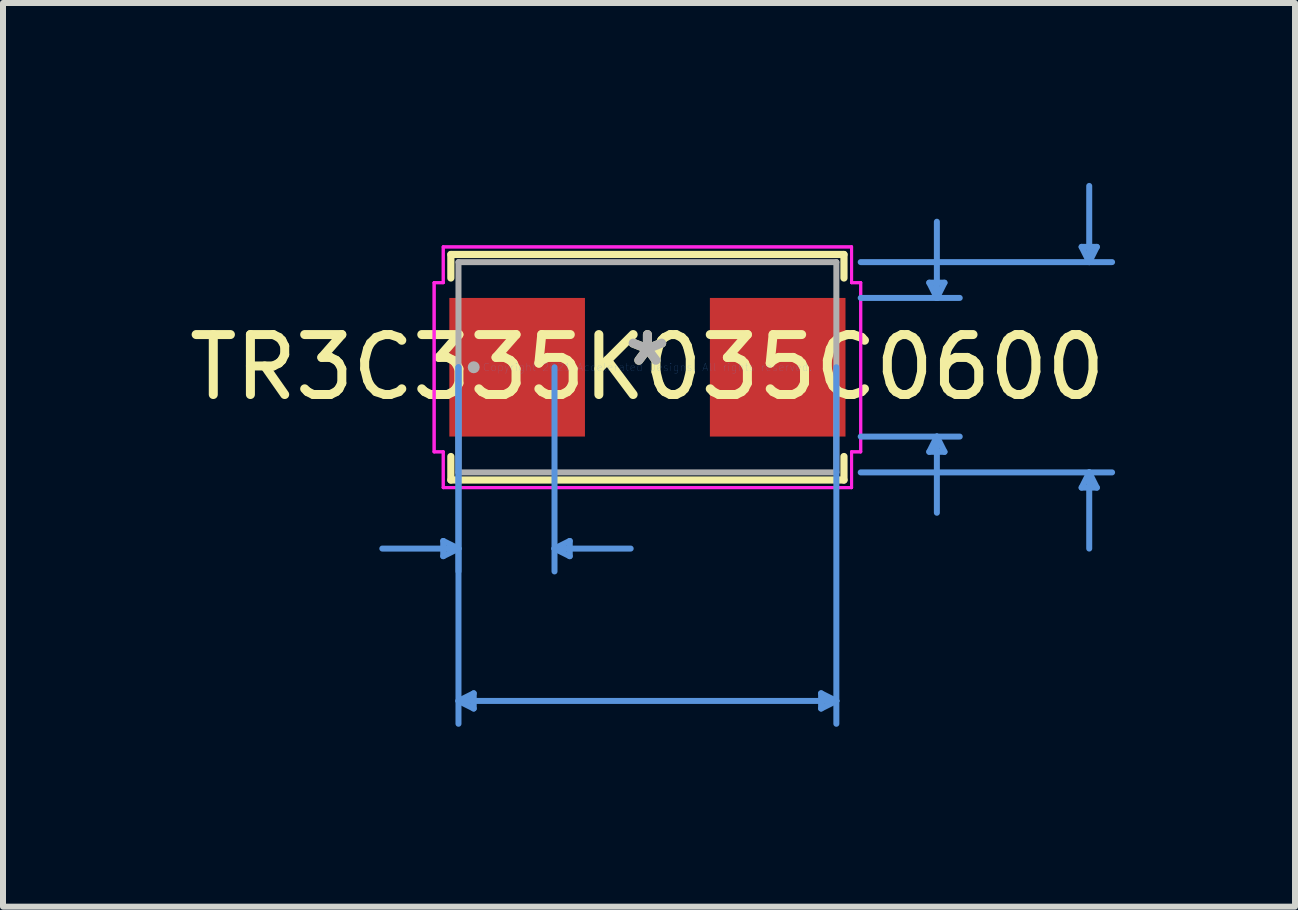
<source format=kicad_pcb>
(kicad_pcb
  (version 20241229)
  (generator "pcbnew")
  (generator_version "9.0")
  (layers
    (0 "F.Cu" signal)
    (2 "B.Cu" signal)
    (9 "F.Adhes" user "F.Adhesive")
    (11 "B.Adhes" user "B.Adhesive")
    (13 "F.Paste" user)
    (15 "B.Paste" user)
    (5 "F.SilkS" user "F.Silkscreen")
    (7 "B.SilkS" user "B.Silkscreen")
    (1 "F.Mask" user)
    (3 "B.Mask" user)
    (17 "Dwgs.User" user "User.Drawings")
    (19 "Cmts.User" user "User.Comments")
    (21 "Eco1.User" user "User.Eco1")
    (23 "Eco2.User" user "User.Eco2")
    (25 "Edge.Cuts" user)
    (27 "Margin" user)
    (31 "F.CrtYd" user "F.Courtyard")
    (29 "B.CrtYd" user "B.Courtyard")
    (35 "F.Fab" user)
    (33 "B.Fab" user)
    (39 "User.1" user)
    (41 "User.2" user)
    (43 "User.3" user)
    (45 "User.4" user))
  (footprint "TR3C335K035C0600"
    (layer "F.Cu")
    (at 7.744 3.073)
    (property "Reference" "TR3C335K035C0600" (at 0 0 0) (layer "F.SilkS") (effects (font (size 1 1) (thickness 0.15))))
    (attr through_hole)
    (fp_line (start -3.277 -1.88) (end -3.277 -1.488) (stroke (width 0.12) (type solid)) (layer "F.SilkS"))
    (fp_line (start -3.277 1.488) (end -3.277 1.88) (stroke (width 0.12) (type solid)) (layer "F.SilkS"))
    (fp_line (start -3.277 1.88) (end 3.277 1.88) (stroke (width 0.12) (type solid)) (layer "F.SilkS"))
    (fp_line (start 3.277 -1.88) (end -3.277 -1.88) (stroke (width 0.12) (type solid)) (layer "F.SilkS"))
    (fp_line (start 3.277 -1.488) (end 3.277 -1.88) (stroke (width 0.12) (type solid)) (layer "F.SilkS"))
    (fp_line (start 3.277 1.88) (end 3.277 1.488) (stroke (width 0.12) (type solid)) (layer "F.SilkS"))
    (fp_line (start -3.404 2.896) (end -3.404 3.15) (stroke (width 0.1) (type solid)) (layer "Cmts.User"))
    (fp_line (start -3.15 0) (end -3.15 3.404) (stroke (width 0.1) (type solid)) (layer "Cmts.User"))
    (fp_line (start -3.15 0) (end -3.15 5.944) (stroke (width 0.1) (type solid)) (layer "Cmts.User"))
    (fp_line (start -3.15 3.023) (end -4.42 3.023) (stroke (width 0.1) (type solid)) (layer "Cmts.User"))
    (fp_line (start -3.15 3.023) (end -3.404 2.896) (stroke (width 0.1) (type solid)) (layer "Cmts.User"))
    (fp_line (start -3.15 3.023) (end -3.404 3.15) (stroke (width 0.1) (type solid)) (layer "Cmts.User"))
    (fp_line (start -3.15 5.563) (end -2.896 5.436) (stroke (width 0.1) (type solid)) (layer "Cmts.User"))
    (fp_line (start -3.15 5.563) (end -2.896 5.69) (stroke (width 0.1) (type solid)) (layer "Cmts.User"))
    (fp_line (start -3.15 5.563) (end 3.15 5.563) (stroke (width 0.1) (type solid)) (layer "Cmts.User"))
    (fp_line (start -2.896 5.436) (end -2.896 5.69) (stroke (width 0.1) (type solid)) (layer "Cmts.User"))
    (fp_line (start -1.549 0) (end -1.549 3.404) (stroke (width 0.1) (type solid)) (layer "Cmts.User"))
    (fp_line (start -1.549 3.023) (end -1.295 2.896) (stroke (width 0.1) (type solid)) (layer "Cmts.User"))
    (fp_line (start -1.549 3.023) (end -1.295 3.15) (stroke (width 0.1) (type solid)) (layer "Cmts.User"))
    (fp_line (start -1.549 3.023) (end -0.279 3.023) (stroke (width 0.1) (type solid)) (layer "Cmts.User"))
    (fp_line (start -1.295 2.896) (end -1.295 3.15) (stroke (width 0.1) (type solid)) (layer "Cmts.User"))
    (fp_line (start 2.896 5.436) (end 2.896 5.69) (stroke (width 0.1) (type solid)) (layer "Cmts.User"))
    (fp_line (start 3.15 0) (end 3.15 5.944) (stroke (width 0.1) (type solid)) (layer "Cmts.User"))
    (fp_line (start 3.15 5.563) (end 2.896 5.436) (stroke (width 0.1) (type solid)) (layer "Cmts.User"))
    (fp_line (start 3.15 5.563) (end 2.896 5.69) (stroke (width 0.1) (type solid)) (layer "Cmts.User"))
    (fp_line (start 3.556 -1.753) (end 7.747 -1.753) (stroke (width 0.1) (type solid)) (layer "Cmts.User"))
    (fp_line (start 3.556 -1.156) (end 5.207 -1.156) (stroke (width 0.1) (type solid)) (layer "Cmts.User"))
    (fp_line (start 3.556 1.156) (end 5.207 1.156) (stroke (width 0.1) (type solid)) (layer "Cmts.User"))
    (fp_line (start 3.556 1.753) (end 7.747 1.753) (stroke (width 0.1) (type solid)) (layer "Cmts.User"))
    (fp_line (start 4.699 -1.41) (end 4.953 -1.41) (stroke (width 0.1) (type solid)) (layer "Cmts.User"))
    (fp_line (start 4.699 1.41) (end 4.953 1.41) (stroke (width 0.1) (type solid)) (layer "Cmts.User"))
    (fp_line (start 4.826 -1.156) (end 4.699 -1.41) (stroke (width 0.1) (type solid)) (layer "Cmts.User"))
    (fp_line (start 4.826 -1.156) (end 4.826 -2.426) (stroke (width 0.1) (type solid)) (layer "Cmts.User"))
    (fp_line (start 4.826 -1.156) (end 4.953 -1.41) (stroke (width 0.1) (type solid)) (layer "Cmts.User"))
    (fp_line (start 4.826 1.156) (end 4.699 1.41) (stroke (width 0.1) (type solid)) (layer "Cmts.User"))
    (fp_line (start 4.826 1.156) (end 4.826 2.426) (stroke (width 0.1) (type solid)) (layer "Cmts.User"))
    (fp_line (start 4.826 1.156) (end 4.953 1.41) (stroke (width 0.1) (type solid)) (layer "Cmts.User"))
    (fp_line (start 7.239 -2.007) (end 7.493 -2.007) (stroke (width 0.1) (type solid)) (layer "Cmts.User"))
    (fp_line (start 7.239 2.007) (end 7.493 2.007) (stroke (width 0.1) (type solid)) (layer "Cmts.User"))
    (fp_line (start 7.366 -1.753) (end 7.239 -2.007) (stroke (width 0.1) (type solid)) (layer "Cmts.User"))
    (fp_line (start 7.366 -1.753) (end 7.366 -3.023) (stroke (width 0.1) (type solid)) (layer "Cmts.User"))
    (fp_line (start 7.366 -1.753) (end 7.493 -2.007) (stroke (width 0.1) (type solid)) (layer "Cmts.User"))
    (fp_line (start 7.366 1.753) (end 7.239 2.007) (stroke (width 0.1) (type solid)) (layer "Cmts.User"))
    (fp_line (start 7.366 1.753) (end 7.366 3.023) (stroke (width 0.1) (type solid)) (layer "Cmts.User"))
    (fp_line (start 7.366 1.753) (end 7.493 2.007) (stroke (width 0.1) (type solid)) (layer "Cmts.User"))
    (fp_line (start -3.556 -1.41) (end -3.404 -1.41) (stroke (width 0.05) (type solid)) (layer "F.CrtYd"))
    (fp_line (start -3.556 -1.41) (end -3.404 -1.41) (stroke (width 0.05) (type solid)) (layer "F.CrtYd"))
    (fp_line (start -3.556 1.41) (end -3.556 -1.41) (stroke (width 0.05) (type solid)) (layer "F.CrtYd"))
    (fp_line (start -3.556 1.41) (end -3.556 -1.41) (stroke (width 0.05) (type solid)) (layer "F.CrtYd"))
    (fp_line (start -3.404 -2.007) (end 3.404 -2.007) (stroke (width 0.05) (type solid)) (layer "F.CrtYd"))
    (fp_line (start -3.404 -2.007) (end 3.404 -2.007) (stroke (width 0.05) (type solid)) (layer "F.CrtYd"))
    (fp_line (start -3.404 -1.41) (end -3.404 -2.007) (stroke (width 0.05) (type solid)) (layer "F.CrtYd"))
    (fp_line (start -3.404 -1.41) (end -3.404 -2.007) (stroke (width 0.05) (type solid)) (layer "F.CrtYd"))
    (fp_line (start -3.404 1.41) (end -3.556 1.41) (stroke (width 0.05) (type solid)) (layer "F.CrtYd"))
    (fp_line (start -3.404 1.41) (end -3.556 1.41) (stroke (width 0.05) (type solid)) (layer "F.CrtYd"))
    (fp_line (start -3.404 2.007) (end -3.404 1.41) (stroke (width 0.05) (type solid)) (layer "F.CrtYd"))
    (fp_line (start -3.404 2.007) (end -3.404 1.41) (stroke (width 0.05) (type solid)) (layer "F.CrtYd"))
    (fp_line (start 3.404 -2.007) (end 3.404 -1.41) (stroke (width 0.05) (type solid)) (layer "F.CrtYd"))
    (fp_line (start 3.404 -2.007) (end 3.404 -1.41) (stroke (width 0.05) (type solid)) (layer "F.CrtYd"))
    (fp_line (start 3.404 -1.41) (end 3.556 -1.41) (stroke (width 0.05) (type solid)) (layer "F.CrtYd"))
    (fp_line (start 3.404 -1.41) (end 3.556 -1.41) (stroke (width 0.05) (type solid)) (layer "F.CrtYd"))
    (fp_line (start 3.404 1.41) (end 3.404 2.007) (stroke (width 0.05) (type solid)) (layer "F.CrtYd"))
    (fp_line (start 3.404 1.41) (end 3.404 2.007) (stroke (width 0.05) (type solid)) (layer "F.CrtYd"))
    (fp_line (start 3.404 2.007) (end -3.404 2.007) (stroke (width 0.05) (type solid)) (layer "F.CrtYd"))
    (fp_line (start 3.404 2.007) (end -3.404 2.007) (stroke (width 0.05) (type solid)) (layer "F.CrtYd"))
    (fp_line (start 3.556 -1.41) (end 3.556 1.41) (stroke (width 0.05) (type solid)) (layer "F.CrtYd"))
    (fp_line (start 3.556 -1.41) (end 3.556 1.41) (stroke (width 0.05) (type solid)) (layer "F.CrtYd"))
    (fp_line (start 3.556 1.41) (end 3.404 1.41) (stroke (width 0.05) (type solid)) (layer "F.CrtYd"))
    (fp_line (start 3.556 1.41) (end 3.404 1.41) (stroke (width 0.05) (type solid)) (layer "F.CrtYd"))
    (fp_line (start -3.15 -1.753) (end -3.15 1.753) (stroke (width 0.1) (type solid)) (layer "F.Fab"))
    (fp_line (start -3.15 1.753) (end 3.15 1.753) (stroke (width 0.1) (type solid)) (layer "F.Fab"))
    (fp_line (start 3.15 -1.753) (end -3.15 -1.753) (stroke (width 0.1) (type solid)) (layer "F.Fab"))
    (fp_line (start 3.15 1.753) (end 3.15 -1.753) (stroke (width 0.1) (type solid)) (layer "F.Fab"))
    (fp_circle (center -2.896 0) (end -2.896 0) (stroke (width 0.1) (type solid)) (fill no) (layer "F.Fab"))
    (fp_text user "*" (at 0 0 0) (layer "F.SilkS") (effects (font (size 1 1) (thickness 0.15))))
    (fp_text user "Copyright 2021 Accelerated Designs. All rights reserved." (at 0 0 0) (layer "Cmts.User") (effects (font (size 0.127 0.127) (thickness 0.002))))
    (fp_text user "*" (at 0 0 0) (layer "F.Fab") (effects (font (size 1 1) (thickness 0.15))))
    (pad "1" smd rect (at -2.172 0 90) (size 2.311 2.261) (layers "F.Cu" "F.Mask" "F.Paste"))
    (pad "2" smd rect (at 2.172 0 90) (size 2.311 2.261) (layers "F.Cu" "F.Mask" "F.Paste")))
  (gr_rect
    (start -3 -3)
    (end 18.541 12.066)
    (stroke (width 0.1) (type default))
    (fill no)
    (layer "Edge.Cuts")))
</source>
